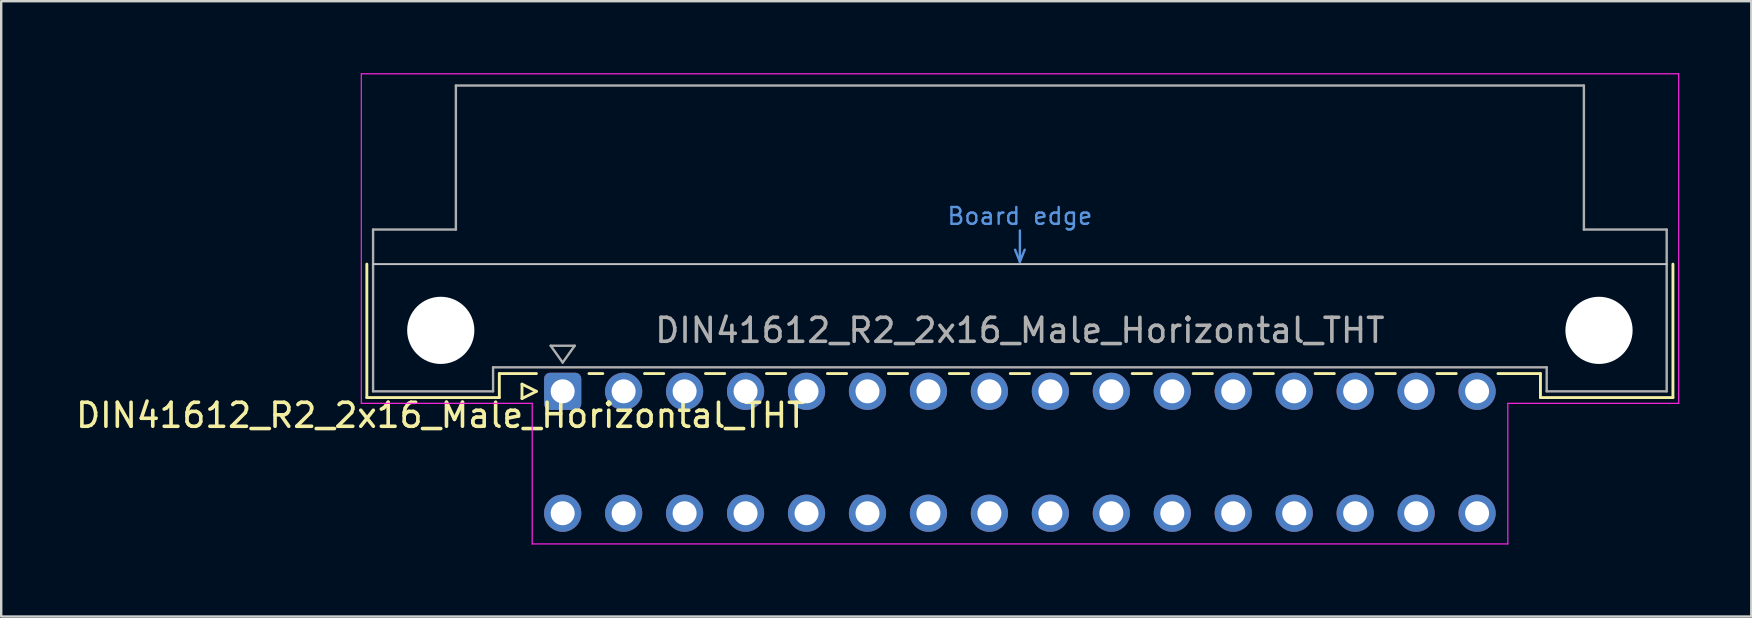
<source format=kicad_pcb>
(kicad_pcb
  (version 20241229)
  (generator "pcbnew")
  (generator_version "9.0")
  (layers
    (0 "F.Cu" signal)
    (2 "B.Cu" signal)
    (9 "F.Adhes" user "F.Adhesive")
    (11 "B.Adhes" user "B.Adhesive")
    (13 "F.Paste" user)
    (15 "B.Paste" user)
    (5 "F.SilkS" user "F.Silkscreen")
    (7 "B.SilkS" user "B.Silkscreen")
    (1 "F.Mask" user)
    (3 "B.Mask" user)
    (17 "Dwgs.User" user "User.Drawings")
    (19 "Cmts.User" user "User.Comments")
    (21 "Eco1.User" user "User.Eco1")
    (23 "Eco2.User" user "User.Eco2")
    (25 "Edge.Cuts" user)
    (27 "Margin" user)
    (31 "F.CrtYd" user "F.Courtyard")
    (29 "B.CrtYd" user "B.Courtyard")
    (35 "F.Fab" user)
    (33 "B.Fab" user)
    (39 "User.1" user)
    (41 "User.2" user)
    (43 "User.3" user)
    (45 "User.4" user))
  (footprint "DIN41612_R2_2x16_Male_Horizontal_THT"
    (layer "F.Cu")
    (at 20.395 13.255)
    (property "Reference" "DIN41612_R2_2x16_Male_Horizontal_THT" (at -5.08 1 0) (layer "F.SilkS") (effects (font (size 1 1) (thickness 0.15))))
    (attr through_hole)
    (fp_line (start -8.16 -5.3) (end -8.16 0.26) (stroke (width 0.12) (type solid)) (layer "F.SilkS"))
    (fp_line (start -8.16 0.26) (end -2.64 0.26) (stroke (width 0.12) (type solid)) (layer "F.SilkS"))
    (fp_line (start -2.64 -0.74) (end -1.095 -0.74) (stroke (width 0.12) (type solid)) (layer "F.SilkS"))
    (fp_line (start -2.64 0.26) (end -2.64 -0.74) (stroke (width 0.12) (type solid)) (layer "F.SilkS"))
    (fp_line (start -1.695 -0.3) (end -1.695 0.3) (stroke (width 0.12) (type solid)) (layer "F.SilkS"))
    (fp_line (start -1.695 0.3) (end -1.095 0) (stroke (width 0.12) (type solid)) (layer "F.SilkS"))
    (fp_line (start -1.095 0) (end -1.695 -0.3) (stroke (width 0.12) (type solid)) (layer "F.SilkS"))
    (fp_line (start 1.095 -0.74) (end 1.671 -0.74) (stroke (width 0.12) (type solid)) (layer "F.SilkS"))
    (fp_line (start 3.41 -0.74) (end 4.211 -0.74) (stroke (width 0.12) (type solid)) (layer "F.SilkS"))
    (fp_line (start 5.95 -0.74) (end 6.751 -0.74) (stroke (width 0.12) (type solid)) (layer "F.SilkS"))
    (fp_line (start 8.49 -0.74) (end 9.291 -0.74) (stroke (width 0.12) (type solid)) (layer "F.SilkS"))
    (fp_line (start 11.03 -0.74) (end 11.831 -0.74) (stroke (width 0.12) (type solid)) (layer "F.SilkS"))
    (fp_line (start 13.57 -0.74) (end 14.371 -0.74) (stroke (width 0.12) (type solid)) (layer "F.SilkS"))
    (fp_line (start 16.11 -0.74) (end 16.911 -0.74) (stroke (width 0.12) (type solid)) (layer "F.SilkS"))
    (fp_line (start 18.65 -0.74) (end 19.451 -0.74) (stroke (width 0.12) (type solid)) (layer "F.SilkS"))
    (fp_line (start 21.19 -0.74) (end 21.991 -0.74) (stroke (width 0.12) (type solid)) (layer "F.SilkS"))
    (fp_line (start 23.73 -0.74) (end 24.531 -0.74) (stroke (width 0.12) (type solid)) (layer "F.SilkS"))
    (fp_line (start 26.27 -0.74) (end 27.071 -0.74) (stroke (width 0.12) (type solid)) (layer "F.SilkS"))
    (fp_line (start 28.81 -0.74) (end 29.611 -0.74) (stroke (width 0.12) (type solid)) (layer "F.SilkS"))
    (fp_line (start 31.35 -0.74) (end 32.151 -0.74) (stroke (width 0.12) (type solid)) (layer "F.SilkS"))
    (fp_line (start 33.89 -0.74) (end 34.691 -0.74) (stroke (width 0.12) (type solid)) (layer "F.SilkS"))
    (fp_line (start 36.43 -0.74) (end 37.231 -0.74) (stroke (width 0.12) (type solid)) (layer "F.SilkS"))
    (fp_line (start 38.97 -0.74) (end 40.74 -0.74) (stroke (width 0.12) (type solid)) (layer "F.SilkS"))
    (fp_line (start 40.74 0.26) (end 40.74 -0.74) (stroke (width 0.12) (type solid)) (layer "F.SilkS"))
    (fp_line (start 46.26 -5.3) (end 46.26 0.26) (stroke (width 0.12) (type solid)) (layer "F.SilkS"))
    (fp_line (start 46.26 0.26) (end 40.74 0.26) (stroke (width 0.12) (type solid)) (layer "F.SilkS"))
    (fp_line (start -7.9 -5.3) (end 46 -5.3) (stroke (width 0.08) (type solid)) (layer "Dwgs.User"))
    (fp_line (start 18.85 -5.9) (end 19.05 -5.4) (stroke (width 0.1) (type solid)) (layer "Cmts.User"))
    (fp_line (start 19.05 -5.4) (end 19.05 -6.7) (stroke (width 0.1) (type solid)) (layer "Cmts.User"))
    (fp_line (start 19.05 -5.4) (end 19.25 -5.9) (stroke (width 0.1) (type solid)) (layer "Cmts.User"))
    (fp_line (start -8.39 -13.23) (end -8.39 0.5) (stroke (width 0.05) (type solid)) (layer "F.CrtYd"))
    (fp_line (start -8.39 0.5) (end -1.27 0.5) (stroke (width 0.05) (type solid)) (layer "F.CrtYd"))
    (fp_line (start -1.27 0.5) (end -1.27 6.36) (stroke (width 0.05) (type solid)) (layer "F.CrtYd"))
    (fp_line (start -1.27 6.36) (end 39.38 6.36) (stroke (width 0.05) (type solid)) (layer "F.CrtYd"))
    (fp_line (start 39.38 0.5) (end 46.5 0.5) (stroke (width 0.05) (type solid)) (layer "F.CrtYd"))
    (fp_line (start 39.38 6.36) (end 39.38 0.5) (stroke (width 0.05) (type solid)) (layer "F.CrtYd"))
    (fp_line (start 46.5 -13.23) (end -8.39 -13.23) (stroke (width 0.05) (type solid)) (layer "F.CrtYd"))
    (fp_line (start 46.5 0.5) (end 46.5 -13.23) (stroke (width 0.05) (type solid)) (layer "F.CrtYd"))
    (fp_line (start -7.9 -6.74) (end -7.9 0) (stroke (width 0.1) (type solid)) (layer "F.Fab"))
    (fp_line (start -7.9 0) (end -2.9 0) (stroke (width 0.1) (type solid)) (layer "F.Fab"))
    (fp_line (start -4.45 -12.74) (end -4.45 -6.74) (stroke (width 0.1) (type solid)) (layer "F.Fab"))
    (fp_line (start -4.45 -6.74) (end -7.9 -6.74) (stroke (width 0.1) (type solid)) (layer "F.Fab"))
    (fp_line (start -2.9 -1) (end 41 -1) (stroke (width 0.1) (type solid)) (layer "F.Fab"))
    (fp_line (start -2.9 0) (end -2.9 -1) (stroke (width 0.1) (type solid)) (layer "F.Fab"))
    (fp_line (start -0.5 -1.9) (end 0.5 -1.9) (stroke (width 0.1) (type solid)) (layer "F.Fab"))
    (fp_line (start 0 -1.2) (end -0.5 -1.9) (stroke (width 0.1) (type solid)) (layer "F.Fab"))
    (fp_line (start 0.5 -1.9) (end 0 -1.2) (stroke (width 0.1) (type solid)) (layer "F.Fab"))
    (fp_line (start 41 -1) (end 41 0) (stroke (width 0.1) (type solid)) (layer "F.Fab"))
    (fp_line (start 41 0) (end 46 0) (stroke (width 0.1) (type solid)) (layer "F.Fab"))
    (fp_line (start 42.55 -12.74) (end -4.45 -12.74) (stroke (width 0.1) (type solid)) (layer "F.Fab"))
    (fp_line (start 42.55 -6.74) (end 42.55 -12.74) (stroke (width 0.1) (type solid)) (layer "F.Fab"))
    (fp_line (start 46 -6.74) (end 42.55 -6.74) (stroke (width 0.1) (type solid)) (layer "F.Fab"))
    (fp_line (start 46 0) (end 46 -6.74) (stroke (width 0.1) (type solid)) (layer "F.Fab"))
    (fp_text user "Board edge" (at 19.05 -7.3 0) (layer "Cmts.User") (effects (font (size 0.7 0.7) (thickness 0.1))))
    (fp_text user "${REFERENCE}" (at 19.05 -2.54 0) (layer "F.Fab") (effects (font (size 1 1) (thickness 0.15))))
    (pad "" np_thru_hole circle (at -5.08 -2.54) (size 2.8 2.8) (drill 2.8) (layers "*.Cu" "*.Mask"))
    (pad "" np_thru_hole circle (at 43.18 -2.54) (size 2.8 2.8) (drill 2.8) (layers "*.Cu" "*.Mask"))
    (pad "a1" thru_hole roundrect (at 0 0) (size 1.55 1.55) (drill 1) (layers "*.Cu" "*.Mask") (roundrect_rratio 0.161))
    (pad "a2" thru_hole circle (at 2.54 0) (size 1.55 1.55) (drill 1) (layers "*.Cu" "*.Mask"))
    (pad "a3" thru_hole circle (at 5.08 0) (size 1.55 1.55) (drill 1) (layers "*.Cu" "*.Mask"))
    (pad "a4" thru_hole circle (at 7.62 0) (size 1.55 1.55) (drill 1) (layers "*.Cu" "*.Mask"))
    (pad "a5" thru_hole circle (at 10.16 0) (size 1.55 1.55) (drill 1) (layers "*.Cu" "*.Mask"))
    (pad "a6" thru_hole circle (at 12.7 0) (size 1.55 1.55) (drill 1) (layers "*.Cu" "*.Mask"))
    (pad "a7" thru_hole circle (at 15.24 0) (size 1.55 1.55) (drill 1) (layers "*.Cu" "*.Mask"))
    (pad "a8" thru_hole circle (at 17.78 0) (size 1.55 1.55) (drill 1) (layers "*.Cu" "*.Mask"))
    (pad "a9" thru_hole circle (at 20.32 0) (size 1.55 1.55) (drill 1) (layers "*.Cu" "*.Mask"))
    (pad "a10" thru_hole circle (at 22.86 0) (size 1.55 1.55) (drill 1) (layers "*.Cu" "*.Mask"))
    (pad "a11" thru_hole circle (at 25.4 0) (size 1.55 1.55) (drill 1) (layers "*.Cu" "*.Mask"))
    (pad "a12" thru_hole circle (at 27.94 0) (size 1.55 1.55) (drill 1) (layers "*.Cu" "*.Mask"))
    (pad "a13" thru_hole circle (at 30.48 0) (size 1.55 1.55) (drill 1) (layers "*.Cu" "*.Mask"))
    (pad "a14" thru_hole circle (at 33.02 0) (size 1.55 1.55) (drill 1) (layers "*.Cu" "*.Mask"))
    (pad "a15" thru_hole circle (at 35.56 0) (size 1.55 1.55) (drill 1) (layers "*.Cu" "*.Mask"))
    (pad "a16" thru_hole circle (at 38.1 0) (size 1.55 1.55) (drill 1) (layers "*.Cu" "*.Mask"))
    (pad "c1" thru_hole circle (at 0 5.08) (size 1.55 1.55) (drill 1) (layers "*.Cu" "*.Mask"))
    (pad "c2" thru_hole circle (at 2.54 5.08) (size 1.55 1.55) (drill 1) (layers "*.Cu" "*.Mask"))
    (pad "c3" thru_hole circle (at 5.08 5.08) (size 1.55 1.55) (drill 1) (layers "*.Cu" "*.Mask"))
    (pad "c4" thru_hole circle (at 7.62 5.08) (size 1.55 1.55) (drill 1) (layers "*.Cu" "*.Mask"))
    (pad "c5" thru_hole circle (at 10.16 5.08) (size 1.55 1.55) (drill 1) (layers "*.Cu" "*.Mask"))
    (pad "c6" thru_hole circle (at 12.7 5.08) (size 1.55 1.55) (drill 1) (layers "*.Cu" "*.Mask"))
    (pad "c7" thru_hole circle (at 15.24 5.08) (size 1.55 1.55) (drill 1) (layers "*.Cu" "*.Mask"))
    (pad "c8" thru_hole circle (at 17.78 5.08) (size 1.55 1.55) (drill 1) (layers "*.Cu" "*.Mask"))
    (pad "c9" thru_hole circle (at 20.32 5.08) (size 1.55 1.55) (drill 1) (layers "*.Cu" "*.Mask"))
    (pad "c10" thru_hole circle (at 22.86 5.08) (size 1.55 1.55) (drill 1) (layers "*.Cu" "*.Mask"))
    (pad "c11" thru_hole circle (at 25.4 5.08) (size 1.55 1.55) (drill 1) (layers "*.Cu" "*.Mask"))
    (pad "c12" thru_hole circle (at 27.94 5.08) (size 1.55 1.55) (drill 1) (layers "*.Cu" "*.Mask"))
    (pad "c13" thru_hole circle (at 30.48 5.08) (size 1.55 1.55) (drill 1) (layers "*.Cu" "*.Mask"))
    (pad "c14" thru_hole circle (at 33.02 5.08) (size 1.55 1.55) (drill 1) (layers "*.Cu" "*.Mask"))
    (pad "c15" thru_hole circle (at 35.56 5.08) (size 1.55 1.55) (drill 1) (layers "*.Cu" "*.Mask"))
    (pad "c16" thru_hole circle (at 38.1 5.08) (size 1.55 1.55) (drill 1) (layers "*.Cu" "*.Mask")))
  (gr_rect
    (start -3 -3)
    (end 69.92 22.64)
    (stroke (width 0.1) (type default))
    (fill no)
    (layer "Edge.Cuts")))
</source>
